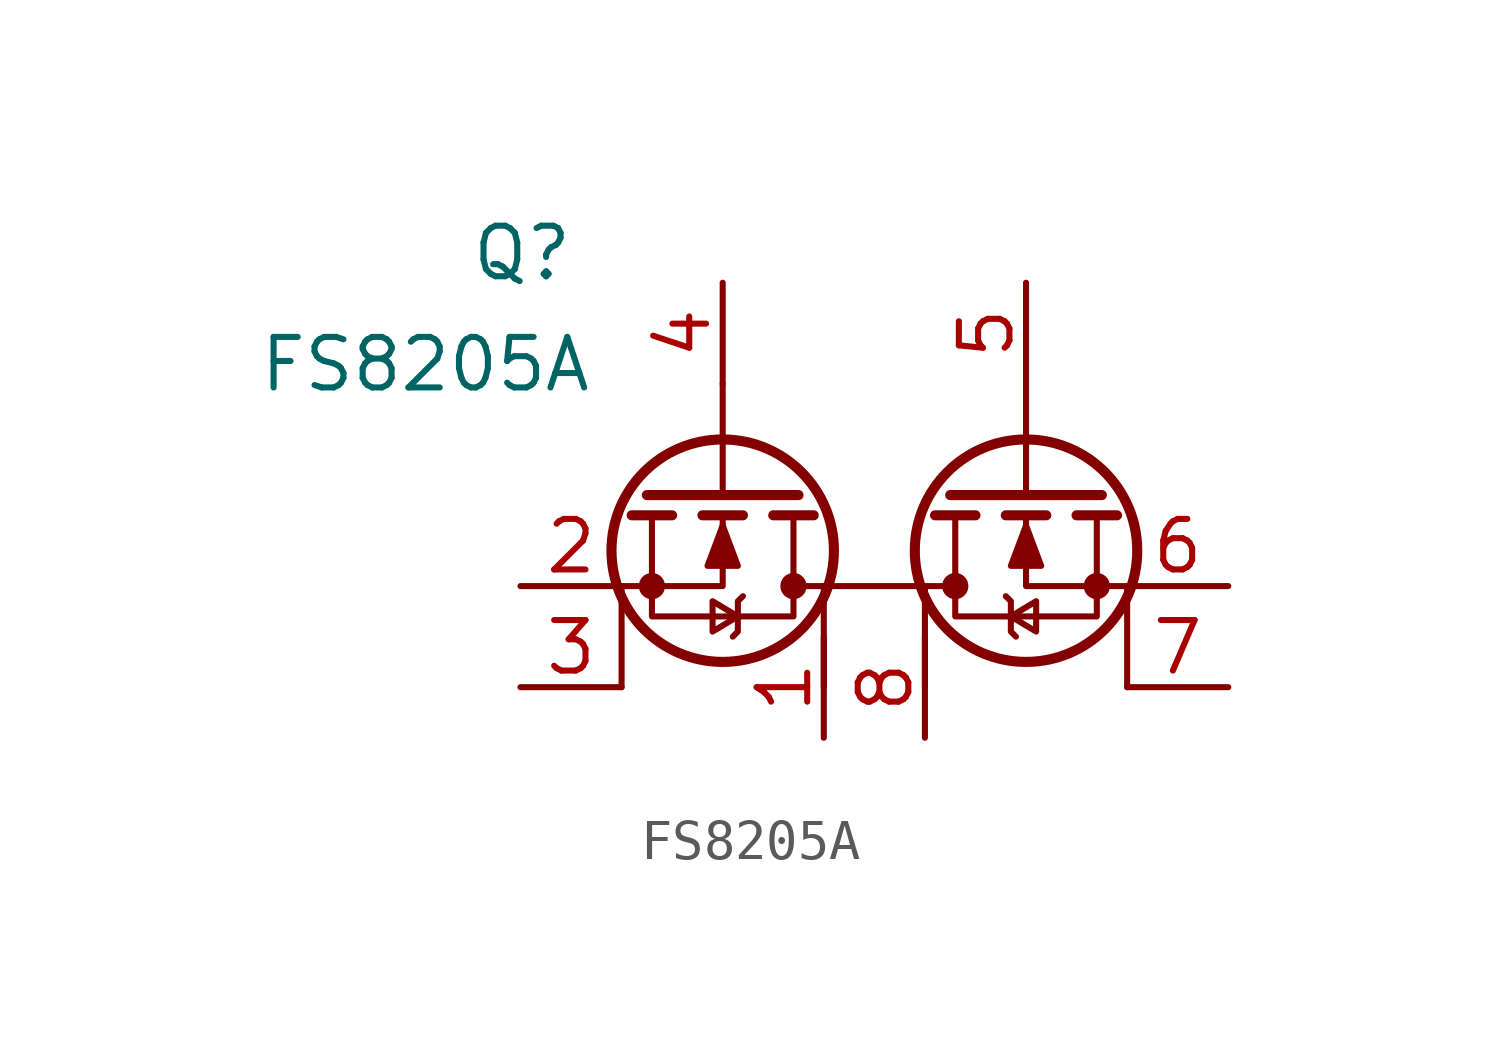
<source format=kicad_sym>
(kicad_symbol_lib
  (version 20231120)
  (generator "kicad_symbol_editor")
  (generator_version "8.0")
  (symbol "FS8205A"
    (pin_names
      (offset 1.016) hide)
    (property "Reference" "Q"
      (at -11.43 7.62 0)
      (effects (font (size 1.27 1.27)) (justify left bottom)))
    (property "Value" "FS8205A"
      (at -16.764 4.826 0)
      (effects (font (size 1.27 1.27)) (justify left bottom)))
    (symbol "FS8205A_0_1"
      (circle (center -6.858 0) (radius 0.254) (stroke (width 0) (type default)) (fill (type outline)))
      (circle (center -5.08 0.889) (radius 2.794) (stroke (width 0.254) (type default)) (fill (type none)))
      (circle (center -3.302 0) (radius 0.254) (stroke (width 0) (type default)) (fill (type outline)))
      (polyline (pts (xy -7.62 0) (xy -7.62 -2.54)) (stroke (width 0) (type default)) (fill (type none)))
      (polyline (pts (xy -6.35 1.778) (xy -7.366 1.778)) (stroke (width 0.254) (type default)) (fill (type none)))
      (polyline (pts (xy -5.08 2.286) (xy -5.08 5.08)) (stroke (width 0) (type default)) (fill (type none)))
      (polyline (pts (xy -4.572 1.778) (xy -5.588 1.778)) (stroke (width 0.254) (type default)) (fill (type none)))
      (polyline (pts (xy -3.175 2.286) (xy -6.985 2.286)) (stroke (width 0.254) (type default)) (fill (type none)))
      (polyline (pts (xy -2.794 1.778) (xy -3.81 1.778)) (stroke (width 0.254) (type default)) (fill (type none)))
      (polyline (pts (xy -2.54 0) (xy -3.302 0)) (stroke (width 0) (type default)) (fill (type none)))
      (polyline (pts (xy -2.54 0) (xy -2.54 -2.54)) (stroke (width 0) (type default)) (fill (type none)))
      (polyline (pts (xy 0 0) (xy -2.54 0)) (stroke (width 0) (type default)) (fill (type none)))
      (polyline (pts (xy 0 0) (xy 0 -2.54)) (stroke (width 0) (type default)) (fill (type none)))
      (polyline (pts (xy 0 0) (xy 0.762 0)) (stroke (width 0) (type default)) (fill (type none)))
      (polyline (pts (xy 0.254 1.778) (xy 1.27 1.778)) (stroke (width 0.254) (type default)) (fill (type none)))
      (polyline (pts (xy 0.635 2.286) (xy 4.445 2.286)) (stroke (width 0.254) (type default)) (fill (type none)))
      (polyline (pts (xy 2.032 1.778) (xy 3.048 1.778)) (stroke (width 0.254) (type default)) (fill (type none)))
      (polyline (pts (xy 2.54 2.286) (xy 2.54 5.08)) (stroke (width 0) (type default)) (fill (type none)))
      (polyline (pts (xy 3.81 1.778) (xy 4.826 1.778)) (stroke (width 0.254) (type default)) (fill (type none)))
      (polyline (pts (xy 5.08 -2.54) (xy 5.08 0)) (stroke (width 0) (type default)) (fill (type none)))
      (polyline (pts (xy -7.62 0) (xy -5.08 0) (xy -5.08 1.778)) (stroke (width 0) (type default)) (fill (type none)))
      (polyline (pts (xy 5.08 0) (xy 2.54 0) (xy 2.54 1.778)) (stroke (width 0) (type default)) (fill (type none)))
      (polyline (pts (xy -6.858 1.778) (xy -6.858 -0.762) (xy -3.302 -0.762) (xy -3.302 1.778)) (stroke (width 0) (type default)) (fill (type none)))
      (polyline (pts (xy -5.08 1.524) (xy -4.699 0.508) (xy -5.461 0.508) (xy -5.08 1.524)) (stroke (width 0) (type default)) (fill (type outline)))
      (polyline (pts (xy -4.699 -0.762) (xy -5.334 -0.381) (xy -5.334 -1.143) (xy -4.699 -0.762)) (stroke (width 0) (type default)) (fill (type none)))
      (polyline (pts (xy -4.572 -0.254) (xy -4.699 -0.381) (xy -4.699 -1.143) (xy -4.826 -1.27)) (stroke (width 0) (type default)) (fill (type none)))
      (polyline (pts (xy 2.032 -0.254) (xy 2.159 -0.381) (xy 2.159 -1.143) (xy 2.286 -1.27)) (stroke (width 0) (type default)) (fill (type none)))
      (polyline (pts (xy 2.159 -0.762) (xy 2.794 -0.381) (xy 2.794 -1.143) (xy 2.159 -0.762)) (stroke (width 0) (type default)) (fill (type none)))
      (polyline (pts (xy 2.54 1.524) (xy 2.159 0.508) (xy 2.921 0.508) (xy 2.54 1.524)) (stroke (width 0) (type default)) (fill (type outline)))
      (polyline (pts (xy 4.318 1.778) (xy 4.318 -0.762) (xy 0.762 -0.762) (xy 0.762 1.778)) (stroke (width 0) (type default)) (fill (type none)))
      (circle (center 0.762 0) (radius 0.254) (stroke (width 0) (type default)) (fill (type outline)))
      (circle (center 2.54 0.889) (radius 2.794) (stroke (width 0.254) (type default)) (fill (type none)))
      (circle (center 4.318 0) (radius 0.254) (stroke (width 0) (type default)) (fill (type outline))))
    (symbol "FS8205A_1_1"
      (pin passive line (at -2.54 -3.81 90) (length 2.54) (name "D12" (effects (font (size 1.27 1.27)))) (number "1" (effects (font (size 1.27 1.27)))))
      (pin passive line (at -10.16 0 0) (length 2.54) (name "S1" (effects (font (size 1.27 1.27)))) (number "2" (effects (font (size 1.27 1.27)))))
      (pin passive line (at -10.16 -2.54 0) (length 2.54) (name "S1" (effects (font (size 1.27 1.27)))) (number "3" (effects (font (size 1.27 1.27)))))
      (pin input line (at -5.08 7.62 270) (length 2.54) (name "G1" (effects (font (size 1.27 1.27)))) (number "4" (effects (font (size 1.27 1.27)))))
      (pin input line (at 2.54 7.62 270) (length 2.54) (name "G" (effects (font (size 1.27 1.27)))) (number "5" (effects (font (size 1.27 1.27)))))
      (pin passive line (at 7.62 0 180) (length 2.54) (name "S2" (effects (font (size 1.27 1.27)))) (number "6" (effects (font (size 1.27 1.27)))))
      (pin passive line (at 7.62 -2.54 180) (length 2.54) (name "S2" (effects (font (size 1.27 1.27)))) (number "7" (effects (font (size 1.27 1.27)))))
      (pin passive line (at 0 -3.81 90) (length 2.54) (name "D12" (effects (font (size 1.27 1.27)))) (number "8" (effects (font (size 1.27 1.27))))))))
</source>
